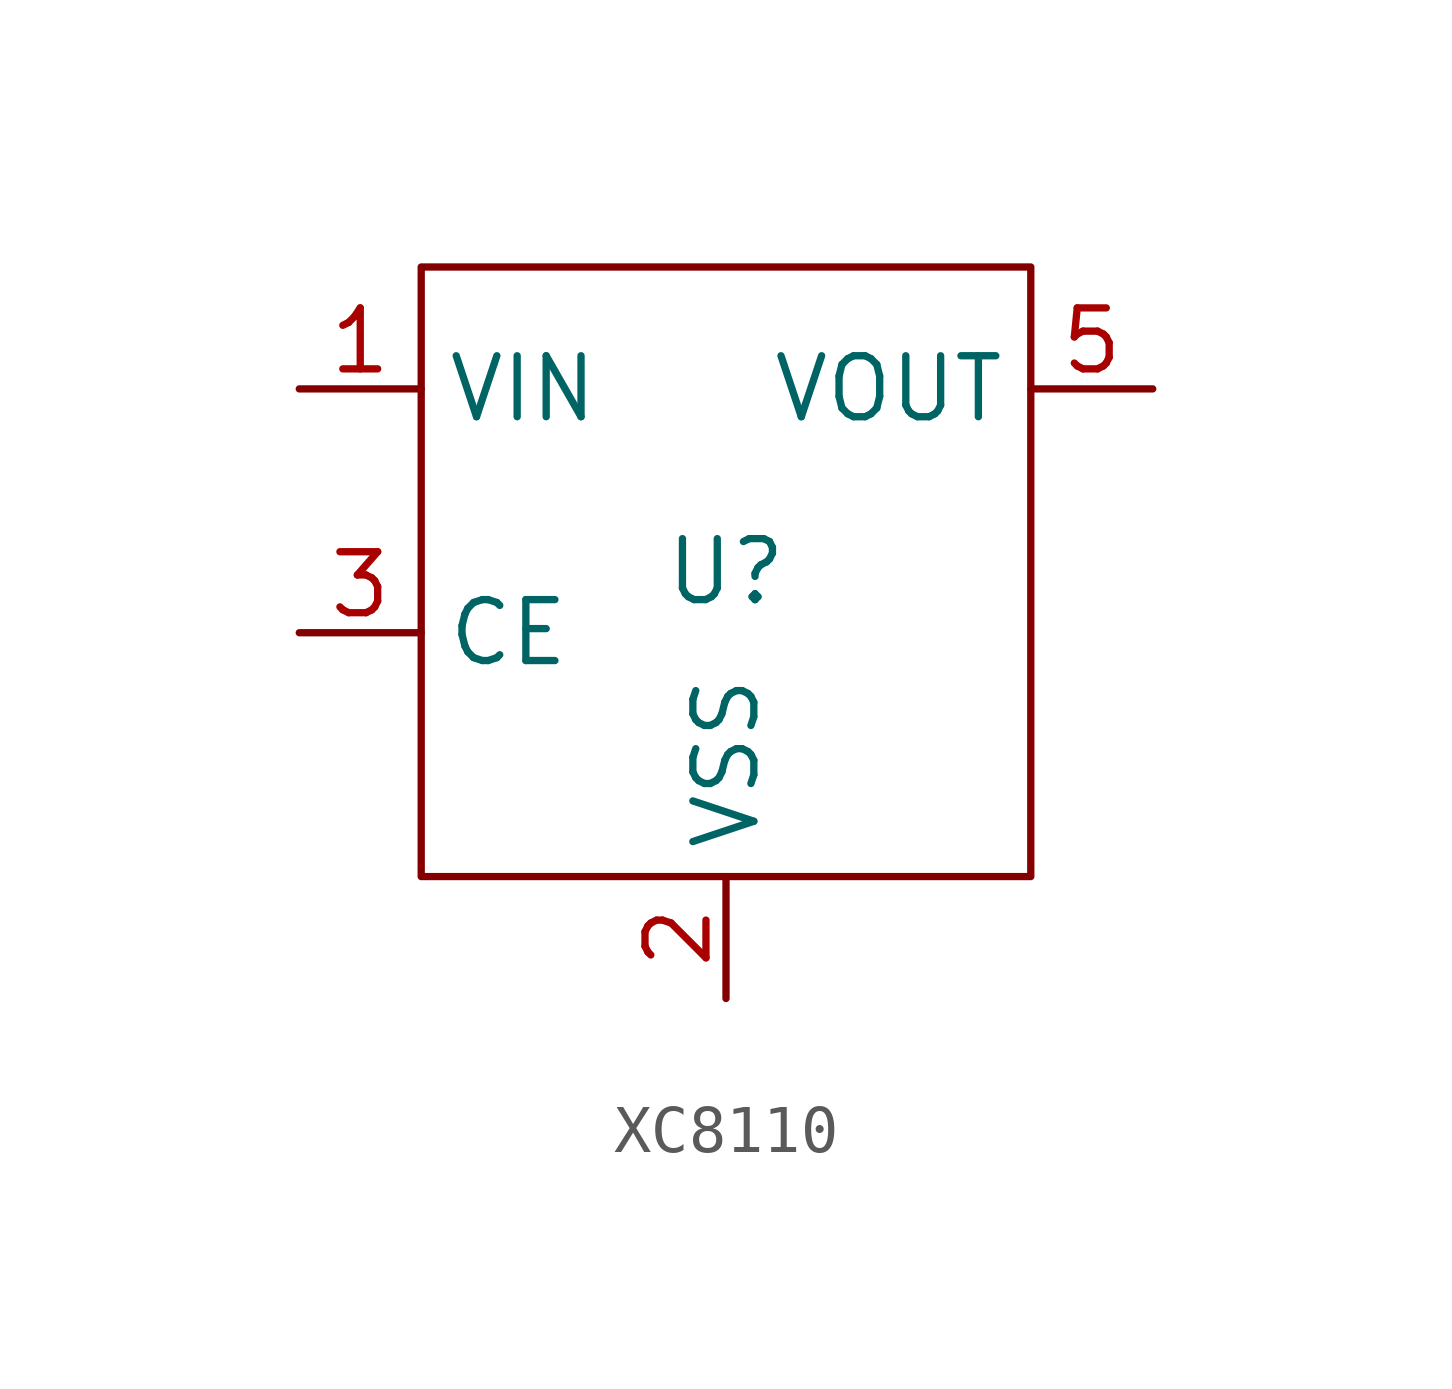
<source format=kicad_sym>
(kicad_symbol_lib
  (version 20241209)
  (generator "kicad_symbol_editor")
  (generator_version "9.0")
  (symbol "XC8110"
    (property "Reference" "U"
      (at 0 0 0)
      (effects (font (size 1.27 1.27))))
    (property "Value" ""
      (at 0 0 0)
      (effects (font (size 1.27 1.27))))
    (symbol "XC8110_0_1"
      (rectangle (start -6.35 6.35) (end 6.35 -6.35) (stroke (width 0) (type default)) (fill (type none))))
    (symbol "XC8110_1_1"
      (pin input line (at -8.89 3.81 0) (length 2.54) (name "VIN" (effects (font (size 1.27 1.27)))) (number "1" (effects (font (size 1.27 1.27)))))
      (pin input line (at -8.89 -1.27 0) (length 2.54) (name "CE" (effects (font (size 1.27 1.27)))) (number "3" (effects (font (size 1.27 1.27)))))
      (pin power_in line (at 0 -8.89 90) (length 2.54) (name "VSS" (effects (font (size 1.27 1.27)))) (number "2" (effects (font (size 1.27 1.27)))))
      (pin input line (at 8.89 3.81 180) (length 2.54) (name "VOUT" (effects (font (size 1.27 1.27)))) (number "5" (effects (font (size 1.27 1.27)))))
      (pin no_connect line (at 8.89 -1.27 180) (length 2.54) (hide yes) (name "NC" (effects (font (size 1.27 1.27)))) (number "4" (effects (font (size 1.27 1.27))))))))
</source>
